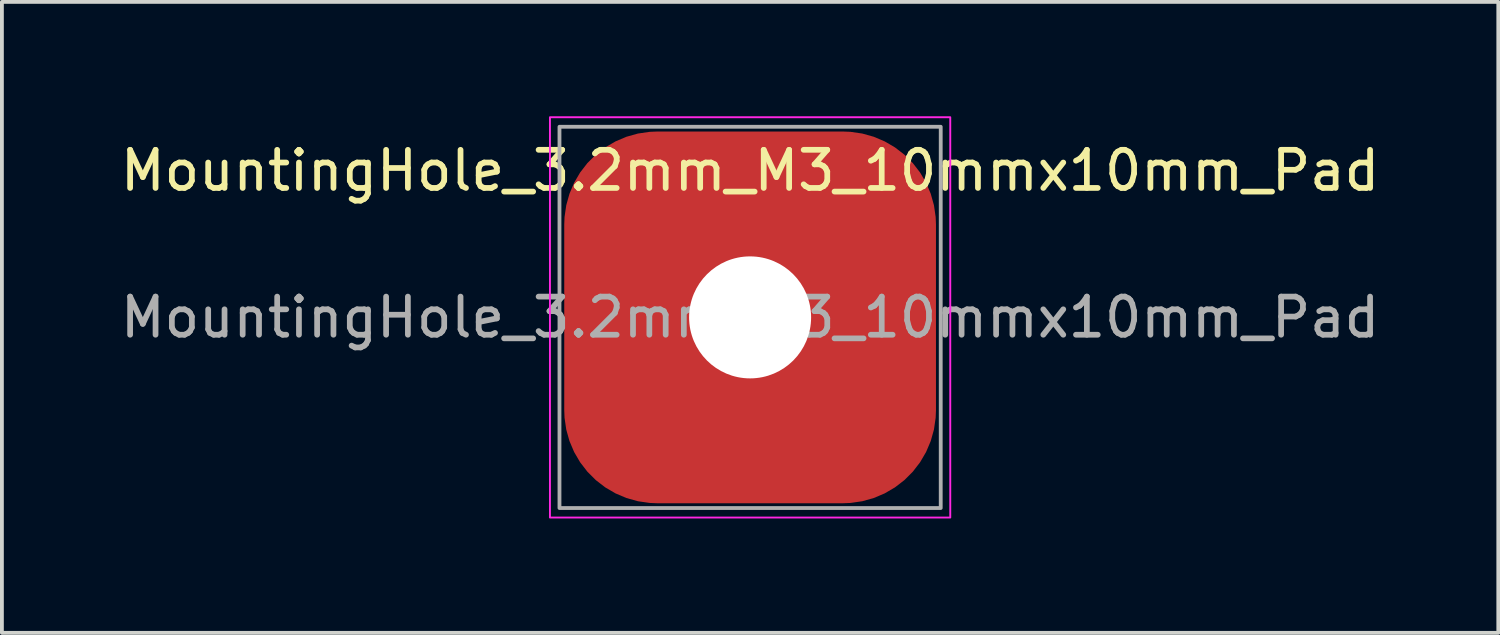
<source format=kicad_pcb>
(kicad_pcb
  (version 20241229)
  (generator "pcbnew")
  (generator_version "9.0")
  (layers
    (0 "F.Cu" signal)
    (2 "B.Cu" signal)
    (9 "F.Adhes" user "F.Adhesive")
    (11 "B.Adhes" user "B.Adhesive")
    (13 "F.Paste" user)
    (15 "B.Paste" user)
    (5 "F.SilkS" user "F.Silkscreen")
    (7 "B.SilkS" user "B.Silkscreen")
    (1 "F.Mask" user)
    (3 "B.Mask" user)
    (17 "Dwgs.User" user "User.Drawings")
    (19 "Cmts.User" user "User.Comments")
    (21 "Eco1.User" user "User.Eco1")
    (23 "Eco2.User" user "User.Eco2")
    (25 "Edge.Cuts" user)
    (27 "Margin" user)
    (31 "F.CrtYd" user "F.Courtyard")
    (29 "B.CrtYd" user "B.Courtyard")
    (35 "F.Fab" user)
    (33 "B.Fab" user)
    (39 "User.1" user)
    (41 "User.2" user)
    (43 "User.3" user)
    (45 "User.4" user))
  (footprint "MountingHole_3.2mm_M3_10mmx10mm_Pad"
    (layer "F.Cu")
    (at 16.625 5.275)
    (property "Reference" "MountingHole_3.2mm_M3_10mmx10mm_Pad" (at 0 -3.85 0) (layer "F.SilkS") (effects (font (size 1 1) (thickness 0.15))))
    (attr exclude_from_pos_files exclude_from_bom)
    (fp_rect (start -5.25 -5.25) (end 5.25 5.25) (stroke (width 0.05) (type solid)) (fill no) (layer "F.CrtYd"))
    (fp_rect (start -5 -5) (end 5 5) (stroke (width 0.1) (type solid)) (fill no) (layer "F.Fab"))
    (fp_text user "${REFERENCE}" (at 0 0 0) (layer "F.Fab") (effects (font (size 1 1) (thickness 0.15))))
    (pad "" np_thru_hole roundrect (at 0 0) (size 9.75 9.75) (drill 3.2) (layers "F.Cu" "F.Mask") (roundrect_rratio 0.25)))
  (gr_rect
    (start -3 -3)
    (end 36.25 13.55)
    (stroke (width 0.1) (type default))
    (fill no)
    (layer "Edge.Cuts")))
</source>
